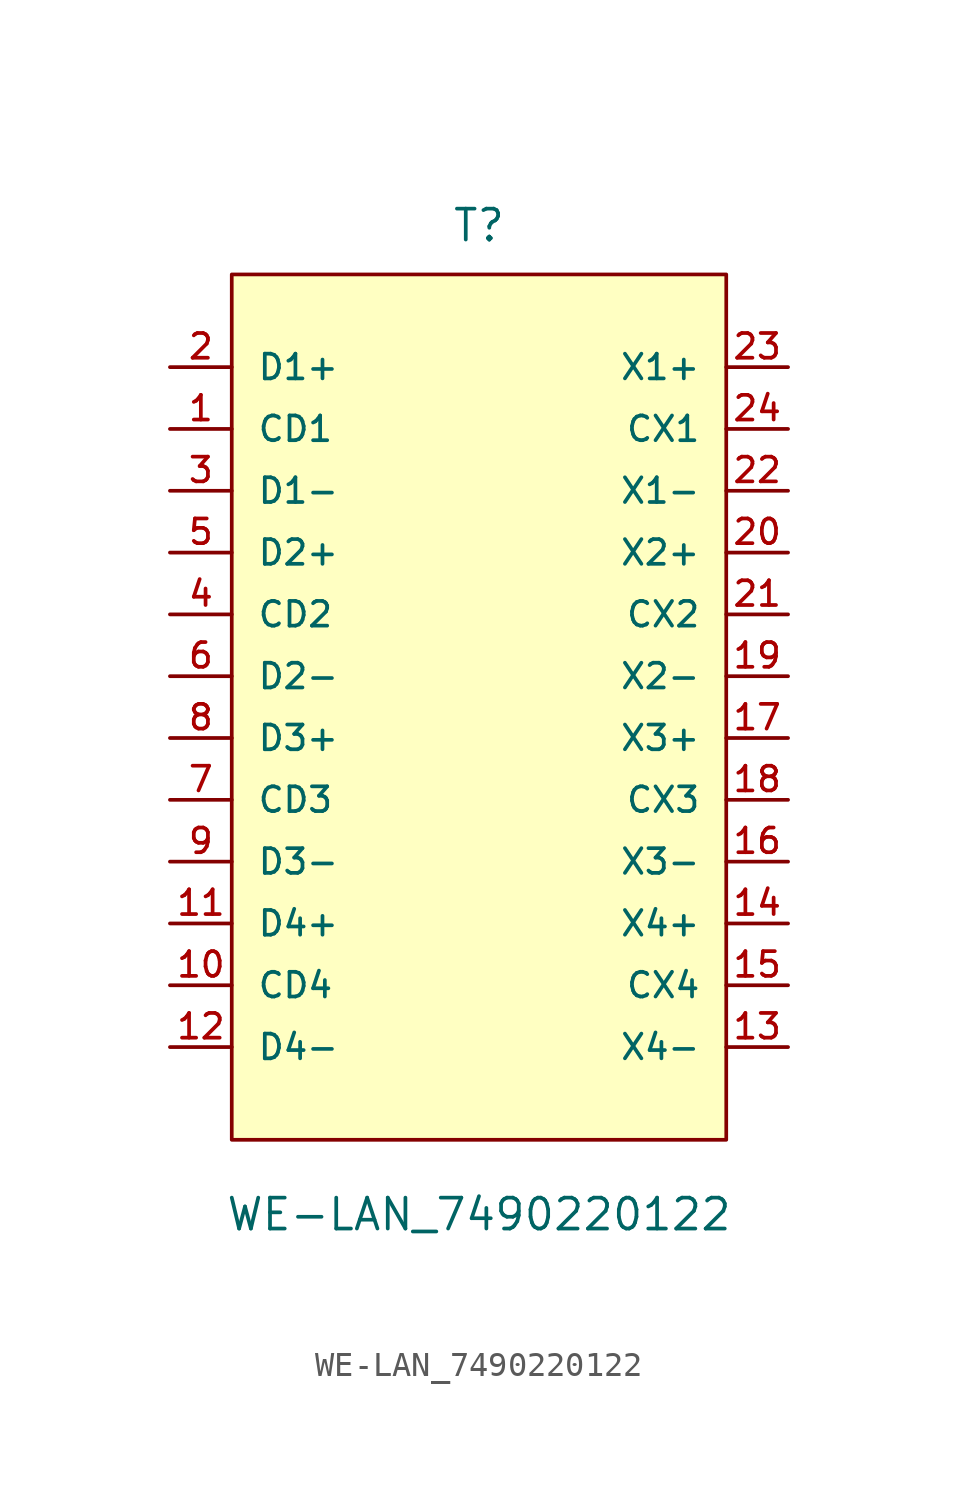
<source format=kicad_sym>
(kicad_symbol_lib
  (version 20241209)
  (generator "kicad_symbol_editor")
  (generator_version "9.0")
  (symbol "WE-LAN_7490220122"
    (pin_names
      (offset 1.016))
    (property "Reference" "T"
      (at 0 17.78 0)
      (effects (font (size 1.27 1.27)) (justify bottom)))
    (property "Value" "WE-LAN_7490220122"
      (at 0 -22.86 0)
      (effects (font (size 1.27 1.27)) (justify bottom)))
    (symbol "WE-LAN_7490220122_0_0"
      (rectangle (start -10.16 16.51) (end 10.16 -19.05) (stroke (width 0.152) (type default)) (fill (type background)))
      (pin passive line (at -12.7 12.7 0) (length 2.54) (name "D1+" (effects (font (size 1.016 1.016)))) (number "2" (effects (font (size 1.016 1.016)))))
      (pin passive line (at -12.7 10.16 0) (length 2.54) (name "CD1" (effects (font (size 1.016 1.016)))) (number "1" (effects (font (size 1.016 1.016)))))
      (pin passive line (at -12.7 7.62 0) (length 2.54) (name "D1-" (effects (font (size 1.016 1.016)))) (number "3" (effects (font (size 1.016 1.016)))))
      (pin passive line (at -12.7 5.08 0) (length 2.54) (name "D2+" (effects (font (size 1.016 1.016)))) (number "5" (effects (font (size 1.016 1.016)))))
      (pin passive line (at -12.7 2.54 0) (length 2.54) (name "CD2" (effects (font (size 1.016 1.016)))) (number "4" (effects (font (size 1.016 1.016)))))
      (pin passive line (at -12.7 0 0) (length 2.54) (name "D2-" (effects (font (size 1.016 1.016)))) (number "6" (effects (font (size 1.016 1.016)))))
      (pin passive line (at -12.7 -2.54 0) (length 2.54) (name "D3+" (effects (font (size 1.016 1.016)))) (number "8" (effects (font (size 1.016 1.016)))))
      (pin passive line (at -12.7 -5.08 0) (length 2.54) (name "CD3" (effects (font (size 1.016 1.016)))) (number "7" (effects (font (size 1.016 1.016)))))
      (pin passive line (at -12.7 -7.62 0) (length 2.54) (name "D3-" (effects (font (size 1.016 1.016)))) (number "9" (effects (font (size 1.016 1.016)))))
      (pin passive line (at -12.7 -10.16 0) (length 2.54) (name "D4+" (effects (font (size 1.016 1.016)))) (number "11" (effects (font (size 1.016 1.016)))))
      (pin passive line (at -12.7 -12.7 0) (length 2.54) (name "CD4" (effects (font (size 1.016 1.016)))) (number "10" (effects (font (size 1.016 1.016)))))
      (pin passive line (at -12.7 -15.24 0) (length 2.54) (name "D4-" (effects (font (size 1.016 1.016)))) (number "12" (effects (font (size 1.016 1.016)))))
      (pin passive line (at 12.7 12.7 180) (length 2.54) (name "X1+" (effects (font (size 1.016 1.016)))) (number "23" (effects (font (size 1.016 1.016)))))
      (pin passive line (at 12.7 10.16 180) (length 2.54) (name "CX1" (effects (font (size 1.016 1.016)))) (number "24" (effects (font (size 1.016 1.016)))))
      (pin passive line (at 12.7 7.62 180) (length 2.54) (name "X1-" (effects (font (size 1.016 1.016)))) (number "22" (effects (font (size 1.016 1.016)))))
      (pin passive line (at 12.7 5.08 180) (length 2.54) (name "X2+" (effects (font (size 1.016 1.016)))) (number "20" (effects (font (size 1.016 1.016)))))
      (pin passive line (at 12.7 2.54 180) (length 2.54) (name "CX2" (effects (font (size 1.016 1.016)))) (number "21" (effects (font (size 1.016 1.016)))))
      (pin passive line (at 12.7 0 180) (length 2.54) (name "X2-" (effects (font (size 1.016 1.016)))) (number "19" (effects (font (size 1.016 1.016)))))
      (pin passive line (at 12.7 -2.54 180) (length 2.54) (name "X3+" (effects (font (size 1.016 1.016)))) (number "17" (effects (font (size 1.016 1.016)))))
      (pin passive line (at 12.7 -5.08 180) (length 2.54) (name "CX3" (effects (font (size 1.016 1.016)))) (number "18" (effects (font (size 1.016 1.016)))))
      (pin passive line (at 12.7 -7.62 180) (length 2.54) (name "X3-" (effects (font (size 1.016 1.016)))) (number "16" (effects (font (size 1.016 1.016)))))
      (pin passive line (at 12.7 -10.16 180) (length 2.54) (name "X4+" (effects (font (size 1.016 1.016)))) (number "14" (effects (font (size 1.016 1.016)))))
      (pin passive line (at 12.7 -12.7 180) (length 2.54) (name "CX4" (effects (font (size 1.016 1.016)))) (number "15" (effects (font (size 1.016 1.016)))))
      (pin passive line (at 12.7 -15.24 180) (length 2.54) (name "X4-" (effects (font (size 1.016 1.016)))) (number "13" (effects (font (size 1.016 1.016))))))))
</source>
